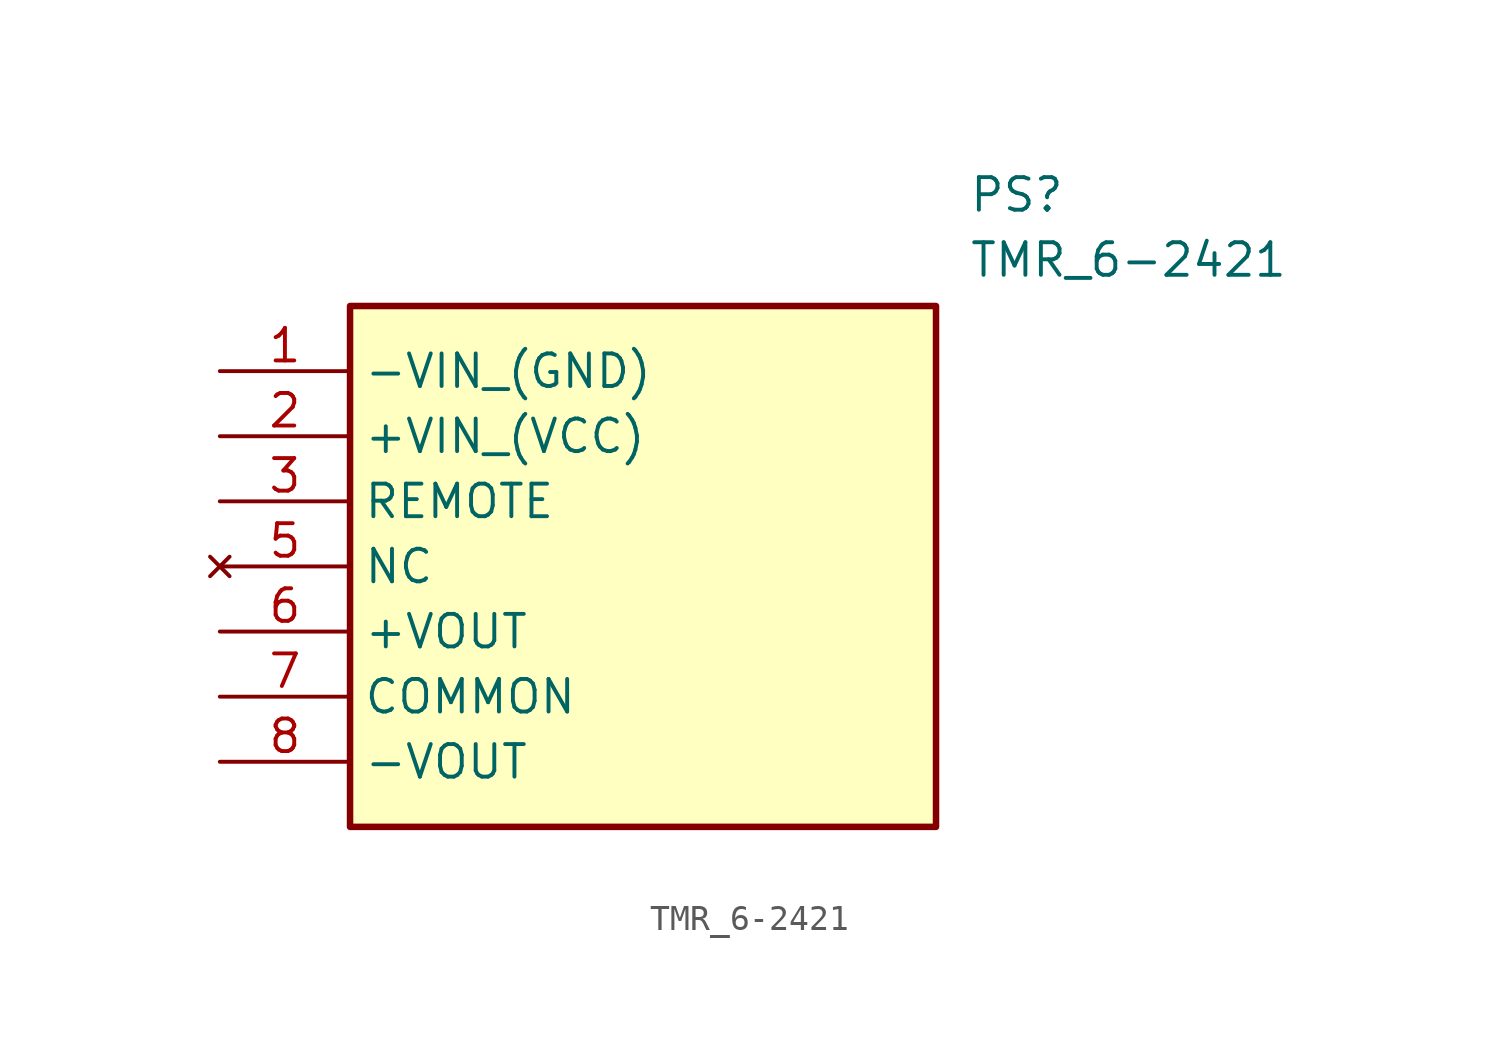
<source format=kicad_sym>
(kicad_symbol_lib
  (version 20211014)
  (generator SamacSys_ECAD_Model)
  (symbol "TMR_6-2421"
    (property "Reference" "PS"
      (at 29.21 7.62 0)
      (effects (font (size 1.27 1.27)) (justify left top)))
    (property "Value" "TMR_6-2421"
      (at 29.21 5.08 0)
      (effects (font (size 1.27 1.27)) (justify left top)))
    (rectangle
      (start 5.08 2.54)
      (end 27.94 -17.78)
      (stroke (width 0.254) (type default))
      (fill (type background)))
    (pin passive line
      (at 0 0 0)
      (length 5.08)
      (name "-VIN_(GND)" (effects (font (size 1.27 1.27))))
      (number "1" (effects (font (size 1.27 1.27)))))
    (pin passive line
      (at 0 -2.54 0)
      (length 5.08)
      (name "+VIN_(VCC)" (effects (font (size 1.27 1.27))))
      (number "2" (effects (font (size 1.27 1.27)))))
    (pin passive line
      (at 0 -5.08 0)
      (length 5.08)
      (name "REMOTE" (effects (font (size 1.27 1.27))))
      (number "3" (effects (font (size 1.27 1.27)))))
    (pin no_connect line
      (at 0 -7.62 0)
      (length 5.08)
      (name "NC" (effects (font (size 1.27 1.27))))
      (number "5" (effects (font (size 1.27 1.27)))))
    (pin passive line
      (at 0 -10.16 0)
      (length 5.08)
      (name "+VOUT" (effects (font (size 1.27 1.27))))
      (number "6" (effects (font (size 1.27 1.27)))))
    (pin passive line
      (at 0 -12.7 0)
      (length 5.08)
      (name "COMMON" (effects (font (size 1.27 1.27))))
      (number "7" (effects (font (size 1.27 1.27)))))
    (pin passive line
      (at 0 -15.24 0)
      (length 5.08)
      (name "-VOUT" (effects (font (size 1.27 1.27))))
      (number "8" (effects (font (size 1.27 1.27)))))))
</source>
